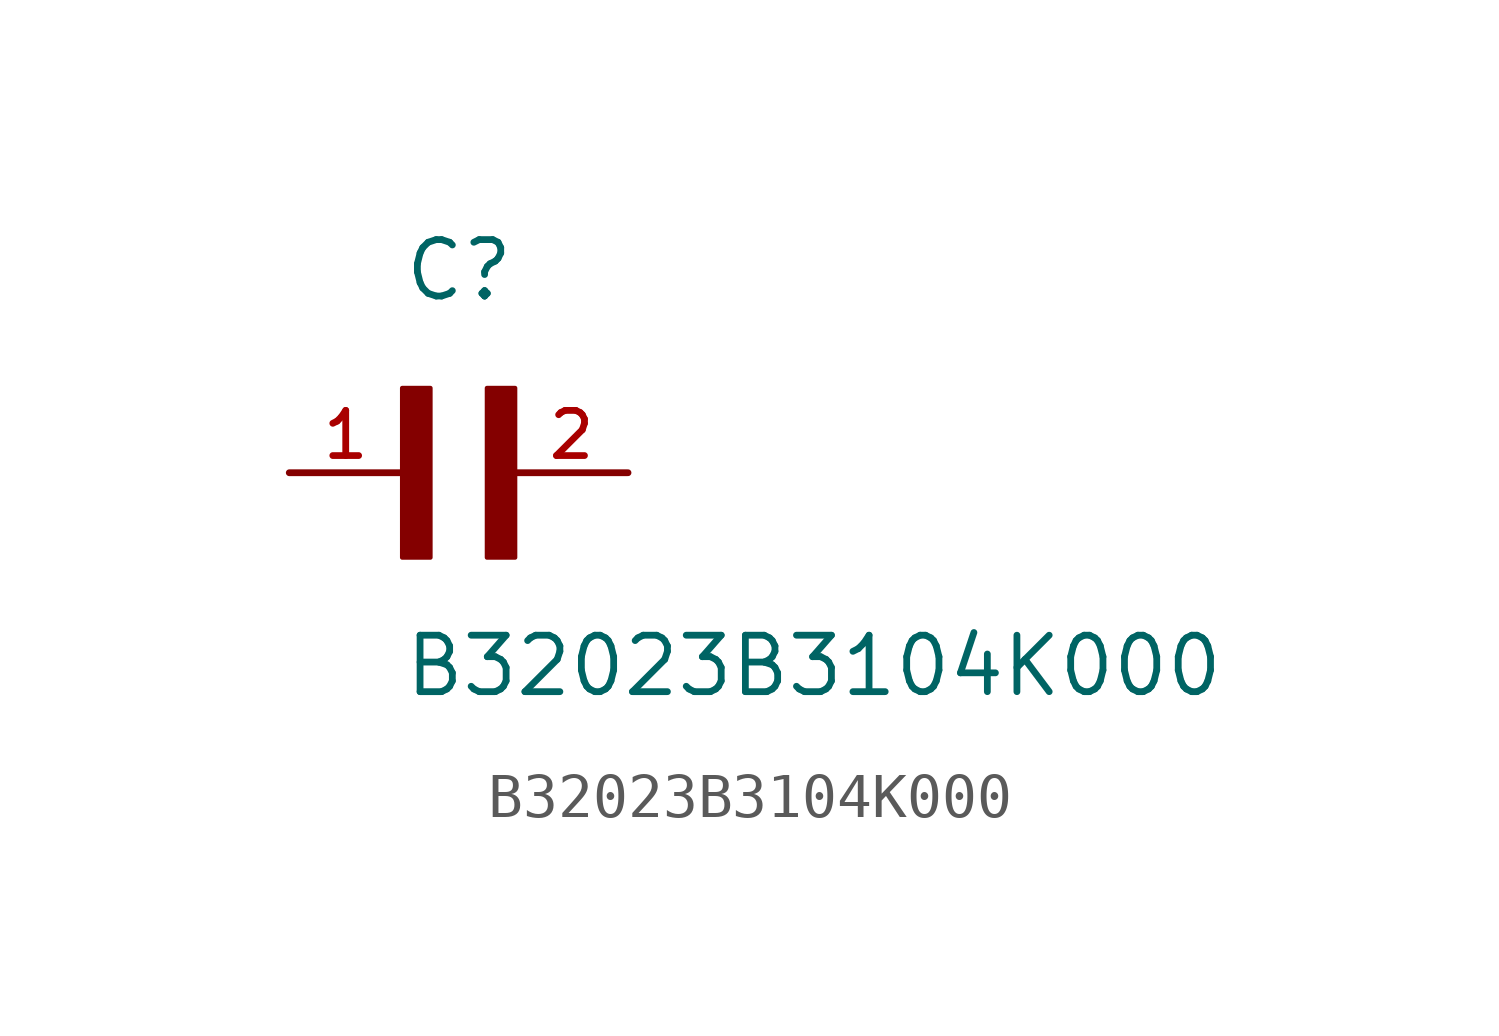
<source format=kicad_sym>
(kicad_symbol_lib
  (version 20211014)
  (generator kicad_symbol_editor)
  (symbol "B32023B3104K000"
    (pin_names
      (offset 1.016))
    (property "Reference" "C"
      (at 0.0 3.811 0)
      (effects (font (size 1.27 1.27)) (justify bottom left)))
    (property "Value" "B32023B3104K000"
      (at 0.0 -5.088 0)
      (effects (font (size 1.27 1.27)) (justify bottom left)))
    (symbol "B32023B3104K000_0_0"
      (rectangle (start 0.0 -1.907) (end 0.635 1.905) (stroke (width 0.1)) (fill (type outline)))
      (rectangle (start 1.907 -1.907) (end 2.54 1.905) (stroke (width 0.1)) (fill (type outline)))
      (pin passive line (at -2.54 0.0 0) (length 2.54) (name "~" (effects (font (size 1.016 1.016)))) (number "1" (effects (font (size 1.016 1.016)))))
      (pin passive line (at 5.08 0.0 180.0) (length 2.54) (name "~" (effects (font (size 1.016 1.016)))) (number "2" (effects (font (size 1.016 1.016))))))))
</source>
